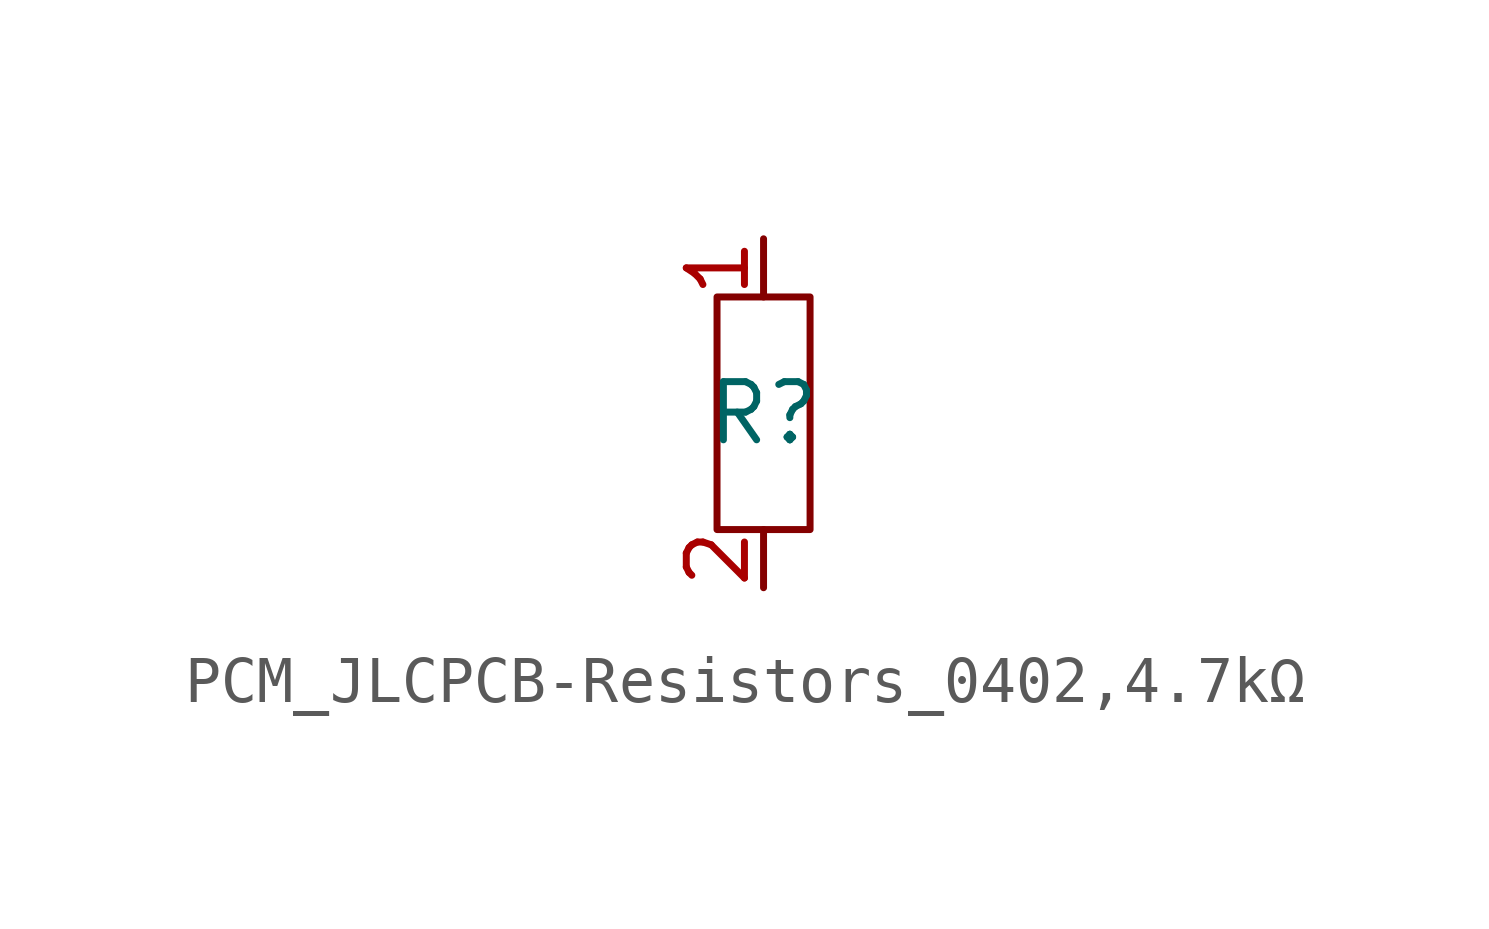
<source format=kicad_sym>
(kicad_symbol_lib
  (version 20241209)
  (generator "kicad_symbol_editor")
  (generator_version "9.0")
  (symbol "PCM_JLCPCB-Resistors_0402,4.7kΩ"
    (property "Reference" "R"
      (at 0 0 0)
      (effects (font (size 1.27 1.27))))
    (symbol "PCM_JLCPCB-Resistors_0402,4.7kΩ_1_0"
      (rectangle (start -1.016 2.54) (end 1.016 -2.54) (stroke (width 0) (type default)) (fill (type none)))
      (pin unspecified line (at 0 3.81 270) (length 1.27) (name "~" (effects (font (size 1.27 1.27)))) (number "1" (effects (font (size 1.27 1.27)))))
      (pin unspecified line (at 0 -3.81 90) (length 1.27) (name "~" (effects (font (size 1.27 1.27)))) (number "2" (effects (font (size 1.27 1.27))))))))
</source>
